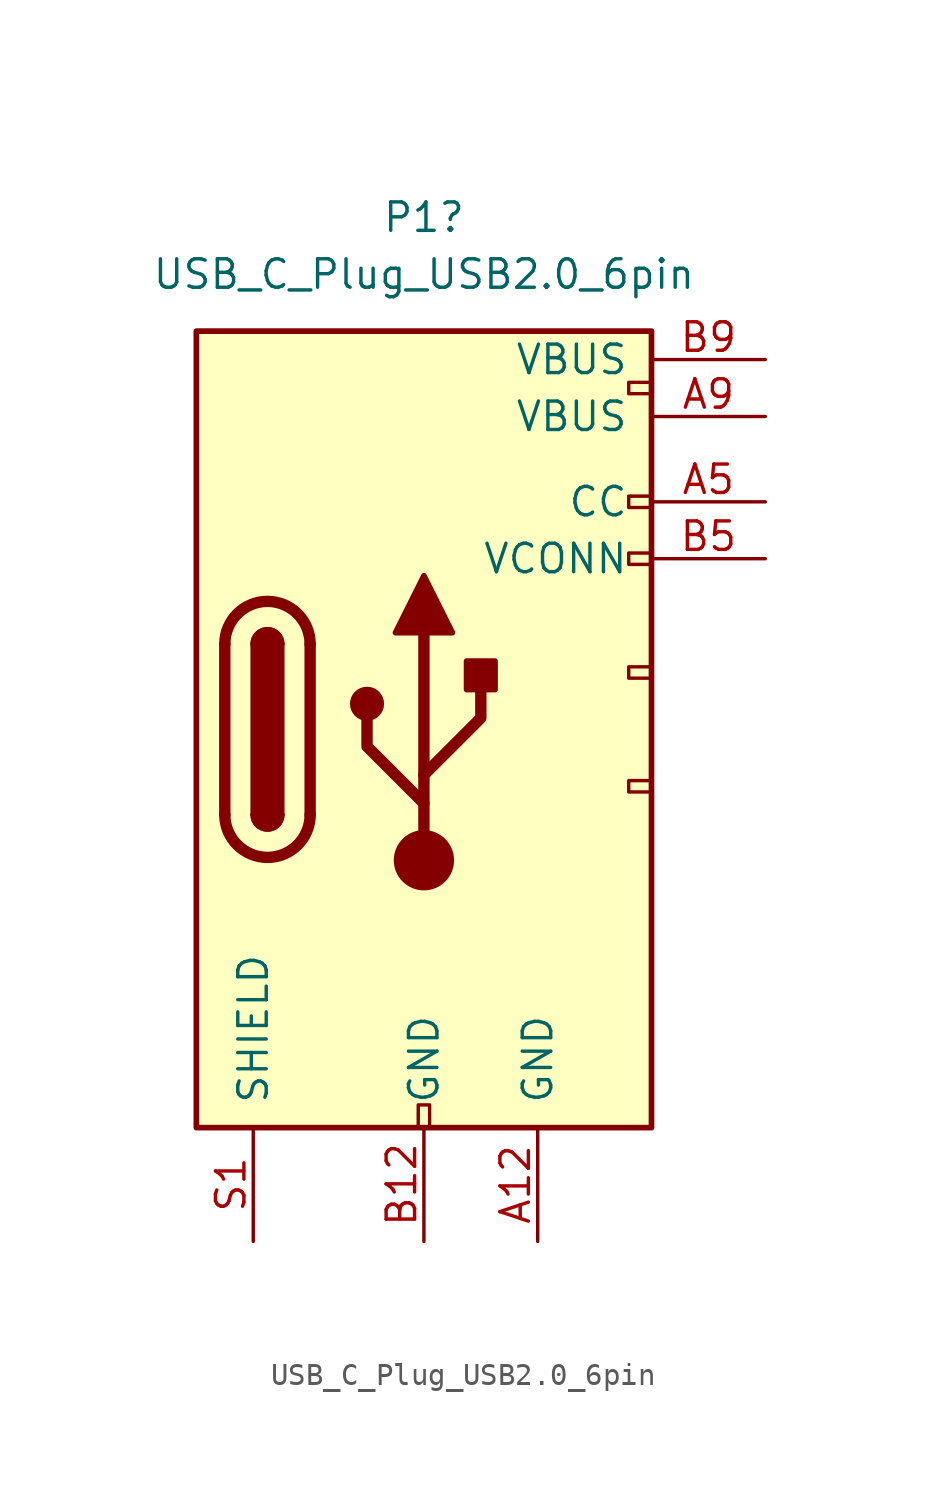
<source format=kicad_sym>
(kicad_symbol_lib
  (version 20231120)
  (generator "kicad_symbol_editor")
  (generator_version "8.0")
  (symbol "USB_C_Plug_USB2.0_6pin"
    (pin_names
      (offset 1.016))
    (property "Reference" "P1"
      (at 0 22.86 0)
      (effects (font (size 1.27 1.27))))
    (property "Value" "USB_C_Plug_USB2.0_6pin"
      (at 0 20.32 0)
      (effects (font (size 1.27 1.27))))
    (symbol "USB_C_Plug_USB2.0_6pin_0_0"
      (rectangle (start -0.254 -17.78) (end 0.254 -16.764) (stroke (width 0) (type default)) (fill (type none)))
      (rectangle (start 10.16 -2.286) (end 9.144 -2.794) (stroke (width 0) (type default)) (fill (type none)))
      (rectangle (start 10.16 2.794) (end 9.144 2.286) (stroke (width 0) (type default)) (fill (type none)))
      (rectangle (start 10.16 7.874) (end 9.144 7.366) (stroke (width 0) (type default)) (fill (type none)))
      (rectangle (start 10.16 10.414) (end 9.144 9.906) (stroke (width 0) (type default)) (fill (type none)))
      (rectangle (start 10.16 15.494) (end 9.144 14.986) (stroke (width 0) (type default)) (fill (type none))))
    (symbol "USB_C_Plug_USB2.0_6pin_0_1"
      (rectangle (start -10.16 17.78) (end 10.16 -17.78) (stroke (width 0.254) (type default)) (fill (type background)))
      (arc (start -8.89 -3.81) (mid -6.985 -5.7067) (end -5.08 -3.81) (stroke (width 0.508) (type default)) (fill (type none)))
      (arc (start -7.62 -3.81) (mid -6.985 -4.4423) (end -6.35 -3.81) (stroke (width 0.254) (type default)) (fill (type none)))
      (arc (start -7.62 -3.81) (mid -6.985 -4.4423) (end -6.35 -3.81) (stroke (width 0.254) (type default)) (fill (type outline)))
      (rectangle (start -7.62 -3.81) (end -6.35 3.81) (stroke (width 0.254) (type default)) (fill (type outline)))
      (arc (start -6.35 3.81) (mid -6.985 4.4423) (end -7.62 3.81) (stroke (width 0.254) (type default)) (fill (type none)))
      (arc (start -6.35 3.81) (mid -6.985 4.4423) (end -7.62 3.81) (stroke (width 0.254) (type default)) (fill (type outline)))
      (arc (start -5.08 3.81) (mid -6.985 5.7067) (end -8.89 3.81) (stroke (width 0.508) (type default)) (fill (type none)))
      (circle (center -2.54 1.143) (radius 0.635) (stroke (width 0.254) (type default)) (fill (type outline)))
      (circle (center 0 -5.842) (radius 1.27) (stroke (width 0) (type default)) (fill (type outline)))
      (polyline (pts (xy -8.89 -3.81) (xy -8.89 3.81)) (stroke (width 0.508) (type default)) (fill (type none)))
      (polyline (pts (xy -5.08 3.81) (xy -5.08 -3.81)) (stroke (width 0.508) (type default)) (fill (type none)))
      (polyline (pts (xy 0 -5.842) (xy 0 4.318)) (stroke (width 0.508) (type default)) (fill (type none)))
      (polyline (pts (xy 0 -3.302) (xy -2.54 -0.762) (xy -2.54 0.508)) (stroke (width 0.508) (type default)) (fill (type none)))
      (polyline (pts (xy 0 -2.032) (xy 2.54 0.508) (xy 2.54 1.778)) (stroke (width 0.508) (type default)) (fill (type none)))
      (polyline (pts (xy -1.27 4.318) (xy 0 6.858) (xy 1.27 4.318) (xy -1.27 4.318)) (stroke (width 0.254) (type default)) (fill (type outline)))
      (rectangle (start 1.905 1.778) (end 3.175 3.048) (stroke (width 0.254) (type default)) (fill (type outline))))
    (symbol "USB_C_Plug_USB2.0_6pin_1_1"
      (pin passive line (at 5.08 -22.86 90) (length 5.08) (name "GND" (effects (font (size 1.27 1.27)))) (number "A12" (effects (font (size 1.27 1.27)))))
      (pin bidirectional line (at 15.24 10.16 180) (length 5.08) (name "CC" (effects (font (size 1.27 1.27)))) (number "A5" (effects (font (size 1.27 1.27)))))
      (pin passive line (at 15.24 13.97 180) (length 5.08) (name "VBUS" (effects (font (size 1.27 1.27)))) (number "A9" (effects (font (size 1.27 1.27)))))
      (pin passive line (at 0 -22.86 90) (length 5.08) (name "GND" (effects (font (size 1.27 1.27)))) (number "B12" (effects (font (size 1.27 1.27)))))
      (pin bidirectional line (at 15.24 7.62 180) (length 5.08) (name "VCONN" (effects (font (size 1.27 1.27)))) (number "B5" (effects (font (size 1.27 1.27)))))
      (pin passive line (at 15.24 16.51 180) (length 5.08) (name "VBUS" (effects (font (size 1.27 1.27)))) (number "B9" (effects (font (size 1.27 1.27)))))
      (pin passive line (at -7.62 -22.86 90) (length 5.08) (name "SHIELD" (effects (font (size 1.27 1.27)))) (number "S1" (effects (font (size 1.27 1.27))))))))
</source>
